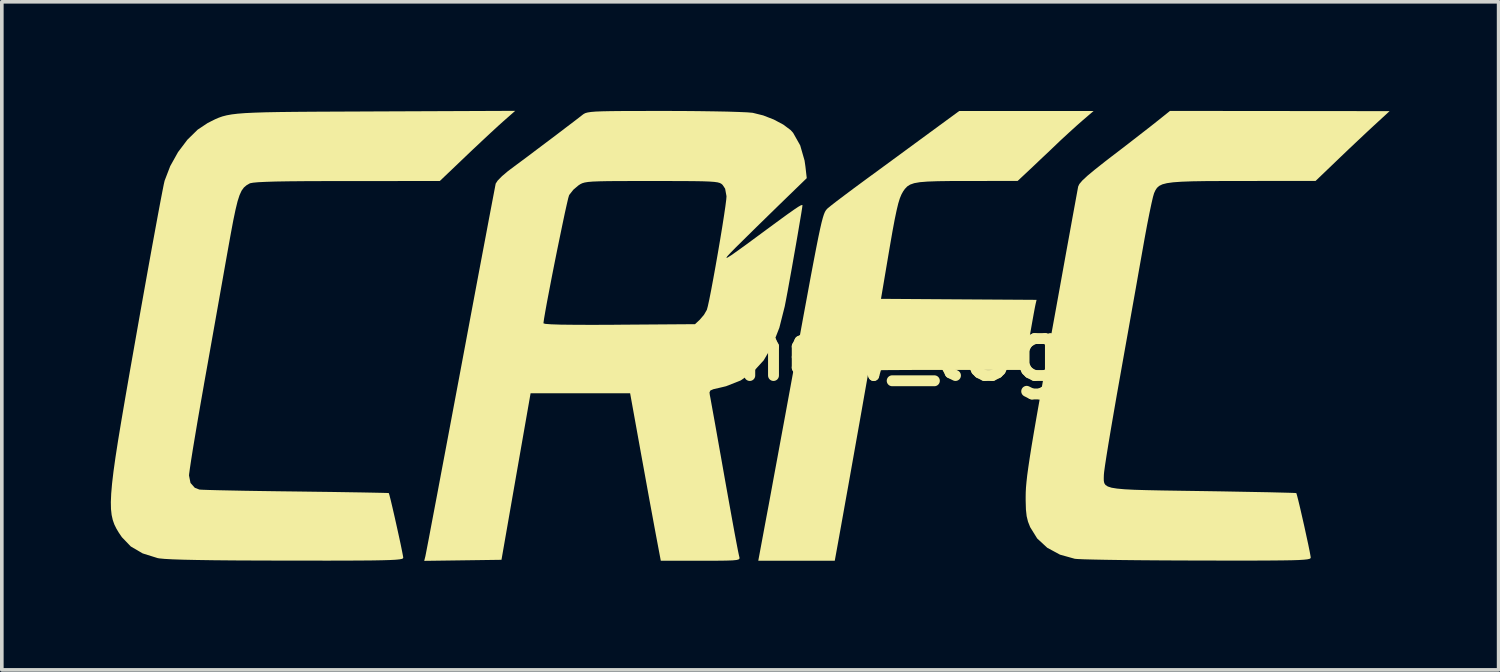
<source format=kicad_pcb>
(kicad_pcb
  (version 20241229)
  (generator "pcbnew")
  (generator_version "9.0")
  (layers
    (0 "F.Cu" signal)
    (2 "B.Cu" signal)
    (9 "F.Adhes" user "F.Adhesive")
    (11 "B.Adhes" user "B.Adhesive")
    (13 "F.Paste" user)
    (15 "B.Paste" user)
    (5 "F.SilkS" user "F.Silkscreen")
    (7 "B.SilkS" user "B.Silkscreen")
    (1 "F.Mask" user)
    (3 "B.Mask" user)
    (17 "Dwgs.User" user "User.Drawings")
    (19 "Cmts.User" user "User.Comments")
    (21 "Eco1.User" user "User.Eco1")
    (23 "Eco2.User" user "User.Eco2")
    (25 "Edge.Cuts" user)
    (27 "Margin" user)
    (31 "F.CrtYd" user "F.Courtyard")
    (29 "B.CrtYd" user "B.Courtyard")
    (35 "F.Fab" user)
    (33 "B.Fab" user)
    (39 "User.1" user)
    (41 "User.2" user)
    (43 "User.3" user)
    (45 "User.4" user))
  (footprint "new_logo"
    (layer "F.Cu")
    (at 22.407 6.593)
    (property "Reference" "new_logo" (at 0 0 0) (layer "F.SilkS") (effects (font (size 1.524 1.524) (thickness 0.3))))
    (attr board_only exclude_from_pos_files exclude_from_bom)
    (fp_poly (pts (xy 4.635 -6.589) (xy 4.341 -6.337) (xy 4.167 -6.184) (xy 3.952 -5.989) (xy 3.732 -5.786) (xy 3.644 -5.702) (xy 3.423 -5.491) (xy 3.181 -5.263) (xy 2.961 -5.054) (xy 2.894 -4.991) (xy 2.545 -4.664) (xy 1.163 -4.663) (xy 0.707 -4.662) (xy 0.346 -4.657) (xy 0.066 -4.647) (xy -0.145 -4.63) (xy -0.3 -4.603) (xy -0.412 -4.564) (xy -0.494 -4.512) (xy -0.558 -4.444) (xy -0.604 -4.379) (xy -0.651 -4.295) (xy -0.696 -4.187) (xy -0.74 -4.044) (xy -0.786 -3.852) (xy -0.839 -3.599) (xy -0.9 -3.272) (xy -0.972 -2.858) (xy -1.016 -2.599) (xy -1.215 -1.42) (xy 0.925 -1.406) (xy 3.066 -1.392) (xy 3.038 -1.272) (xy 3.019 -1.179) (xy 2.986 -1.002) (xy 2.943 -0.762) (xy 2.893 -0.48) (xy 2.863 -0.308) (xy 2.716 0.536) (xy 0.581 0.536) (xy 0.114 0.536) (xy -0.317 0.537) (xy -0.702 0.539) (xy -1.029 0.541) (xy -1.286 0.544) (xy -1.463 0.547) (xy -1.548 0.551) (xy -1.554 0.552) (xy -1.563 0.606) (xy -1.589 0.753) (xy -1.629 0.98) (xy -1.681 1.274) (xy -1.742 1.623) (xy -1.811 2.013) (xy -1.886 2.432) (xy -1.963 2.866) (xy -2.041 3.304) (xy -2.117 3.732) (xy -2.19 4.137) (xy -2.256 4.507) (xy -2.314 4.83) (xy -2.361 5.091) (xy -2.368 5.131) (xy -2.487 5.787) (xy -4.592 5.787) (xy -4.36 4.541) (xy -4.308 4.266) (xy -4.24 3.898) (xy -4.158 3.451) (xy -4.063 2.939) (xy -3.959 2.373) (xy -3.847 1.768) (xy -3.731 1.136) (xy -3.613 0.492) (xy -3.494 -0.153) (xy -3.478 -0.241) (xy -3.35 -0.939) (xy -3.239 -1.538) (xy -3.145 -2.048) (xy -3.064 -2.475) (xy -2.996 -2.828) (xy -2.939 -3.114) (xy -2.891 -3.341) (xy -2.851 -3.516) (xy -2.816 -3.648) (xy -2.786 -3.743) (xy -2.758 -3.811) (xy -2.73 -3.858) (xy -2.702 -3.891) (xy -2.681 -3.912) (xy -2.594 -3.983) (xy -2.436 -4.106) (xy -2.221 -4.268) (xy -1.966 -4.459) (xy -1.685 -4.666) (xy -1.601 -4.728) (xy -1.255 -4.981) (xy -0.873 -5.261) (xy -0.486 -5.545) (xy -0.126 -5.809) (xy 0.134 -6) (xy 0.938 -6.589)) (stroke (width 0) (type solid)) (fill yes) (layer "F.SilkS"))
    (fp_poly (pts (xy 9.759 -6.588) (xy 12.78 -6.585) (xy 12.361 -6.2) (xy 12.163 -6.016) (xy 11.916 -5.784) (xy 11.65 -5.533) (xy 11.393 -5.287) (xy 11.343 -5.239) (xy 10.744 -4.665) (xy 8.746 -4.663) (xy 8.188 -4.662) (xy 7.727 -4.66) (xy 7.353 -4.654) (xy 7.056 -4.643) (xy 6.827 -4.627) (xy 6.654 -4.603) (xy 6.529 -4.571) (xy 6.441 -4.528) (xy 6.38 -4.474) (xy 6.336 -4.407) (xy 6.3 -4.329) (xy 6.27 -4.227) (xy 6.226 -4.036) (xy 6.171 -3.775) (xy 6.109 -3.461) (xy 6.044 -3.111) (xy 6.01 -2.92) (xy 5.953 -2.598) (xy 5.88 -2.188) (xy 5.796 -1.71) (xy 5.702 -1.183) (xy 5.603 -0.625) (xy 5.501 -0.055) (xy 5.401 0.508) (xy 5.358 0.75) (xy 5.268 1.256) (xy 5.185 1.736) (xy 5.109 2.179) (xy 5.043 2.573) (xy 4.989 2.907) (xy 4.949 3.168) (xy 4.925 3.345) (xy 4.918 3.419) (xy 4.915 3.511) (xy 4.916 3.588) (xy 4.929 3.651) (xy 4.963 3.703) (xy 5.027 3.744) (xy 5.129 3.777) (xy 5.279 3.801) (xy 5.483 3.82) (xy 5.752 3.834) (xy 6.093 3.844) (xy 6.516 3.853) (xy 7.028 3.861) (xy 7.639 3.87) (xy 7.645 3.87) (xy 8.158 3.878) (xy 8.636 3.887) (xy 9.07 3.895) (xy 9.45 3.902) (xy 9.765 3.91) (xy 10.003 3.916) (xy 10.156 3.921) (xy 10.213 3.925) (xy 10.213 3.925) (xy 10.231 3.983) (xy 10.267 4.123) (xy 10.316 4.326) (xy 10.372 4.571) (xy 10.432 4.834) (xy 10.489 5.097) (xy 10.541 5.336) (xy 10.581 5.532) (xy 10.605 5.662) (xy 10.61 5.702) (xy 10.602 5.72) (xy 10.574 5.735) (xy 10.516 5.748) (xy 10.422 5.758) (xy 10.283 5.767) (xy 10.092 5.773) (xy 9.84 5.777) (xy 9.519 5.78) (xy 9.122 5.782) (xy 8.641 5.783) (xy 8.067 5.782) (xy 7.489 5.781) (xy 6.912 5.779) (xy 6.362 5.776) (xy 5.848 5.772) (xy 5.381 5.767) (xy 4.971 5.761) (xy 4.628 5.754) (xy 4.364 5.747) (xy 4.188 5.739) (xy 4.119 5.733) (xy 3.71 5.619) (xy 3.36 5.43) (xy 3.083 5.174) (xy 2.89 4.863) (xy 2.83 4.711) (xy 2.793 4.56) (xy 2.773 4.377) (xy 2.766 4.13) (xy 2.766 4.019) (xy 2.768 3.899) (xy 2.775 3.767) (xy 2.789 3.614) (xy 2.809 3.433) (xy 2.839 3.215) (xy 2.878 2.952) (xy 2.928 2.637) (xy 2.991 2.261) (xy 3.068 1.816) (xy 3.16 1.295) (xy 3.268 0.688) (xy 3.394 -0.01) (xy 3.474 -0.455) (xy 3.59 -1.092) (xy 3.7 -1.7) (xy 3.803 -2.271) (xy 3.898 -2.797) (xy 3.984 -3.268) (xy 4.058 -3.677) (xy 4.12 -4.014) (xy 4.167 -4.272) (xy 4.198 -4.441) (xy 4.211 -4.512) (xy 4.244 -4.58) (xy 4.324 -4.675) (xy 4.46 -4.802) (xy 4.662 -4.97) (xy 4.937 -5.188) (xy 5.134 -5.34) (xy 5.43 -5.566) (xy 5.721 -5.791) (xy 5.989 -5.999) (xy 6.213 -6.173) (xy 6.373 -6.3) (xy 6.383 -6.308) (xy 6.737 -6.591)) (stroke (width 0) (type solid)) (fill yes) (layer "F.SilkS"))
    (fp_poly (pts (xy -11.601 -6.311) (xy -11.748 -6.179) (xy -11.952 -5.991) (xy -12.192 -5.767) (xy -12.449 -5.526) (xy -12.639 -5.345) (xy -13.355 -4.662) (xy -15.908 -4.661) (xy -16.542 -4.66) (xy -17.077 -4.658) (xy -17.518 -4.654) (xy -17.874 -4.648) (xy -18.15 -4.639) (xy -18.354 -4.629) (xy -18.492 -4.616) (xy -18.573 -4.601) (xy -18.589 -4.594) (xy -18.675 -4.544) (xy -18.747 -4.482) (xy -18.809 -4.396) (xy -18.865 -4.274) (xy -18.92 -4.104) (xy -18.976 -3.874) (xy -19.039 -3.573) (xy -19.111 -3.188) (xy -19.184 -2.782) (xy -19.254 -2.39) (xy -19.338 -1.915) (xy -19.433 -1.379) (xy -19.535 -0.804) (xy -19.64 -0.213) (xy -19.744 0.372) (xy -19.844 0.93) (xy -19.85 0.968) (xy -19.936 1.456) (xy -20.016 1.917) (xy -20.087 2.339) (xy -20.149 2.711) (xy -20.198 3.02) (xy -20.233 3.254) (xy -20.253 3.402) (xy -20.256 3.442) (xy -20.215 3.646) (xy -20.096 3.78) (xy -19.971 3.828) (xy -19.895 3.833) (xy -19.723 3.839) (xy -19.466 3.846) (xy -19.134 3.853) (xy -18.74 3.861) (xy -18.295 3.868) (xy -17.808 3.875) (xy -17.313 3.881) (xy -16.802 3.888) (xy -16.325 3.894) (xy -15.892 3.901) (xy -15.514 3.907) (xy -15.201 3.913) (xy -14.964 3.918) (xy -14.813 3.922) (xy -14.758 3.925) (xy -14.741 3.982) (xy -14.705 4.122) (xy -14.657 4.325) (xy -14.601 4.568) (xy -14.542 4.832) (xy -14.484 5.095) (xy -14.432 5.335) (xy -14.392 5.532) (xy -14.367 5.663) (xy -14.361 5.706) (xy -14.371 5.723) (xy -14.404 5.737) (xy -14.469 5.749) (xy -14.573 5.759) (xy -14.724 5.767) (xy -14.931 5.773) (xy -15.199 5.778) (xy -15.538 5.781) (xy -15.955 5.783) (xy -16.458 5.784) (xy -17.054 5.783) (xy -17.59 5.783) (xy -18.349 5.781) (xy -19.007 5.778) (xy -19.567 5.773) (xy -20.034 5.766) (xy -20.413 5.758) (xy -20.709 5.748) (xy -20.927 5.736) (xy -21.072 5.722) (xy -21.119 5.714) (xy -21.531 5.585) (xy -21.858 5.394) (xy -22.102 5.14) (xy -22.112 5.126) (xy -22.19 5.011) (xy -22.256 4.9) (xy -22.311 4.788) (xy -22.354 4.666) (xy -22.385 4.527) (xy -22.403 4.365) (xy -22.407 4.171) (xy -22.397 3.938) (xy -22.373 3.66) (xy -22.334 3.329) (xy -22.279 2.938) (xy -22.208 2.48) (xy -22.12 1.948) (xy -22.015 1.333) (xy -21.893 0.63) (xy -21.752 -0.169) (xy -21.706 -0.429) (xy -21.592 -1.075) (xy -21.481 -1.696) (xy -21.376 -2.281) (xy -21.278 -2.823) (xy -21.188 -3.313) (xy -21.109 -3.742) (xy -21.042 -4.1) (xy -20.988 -4.38) (xy -20.95 -4.572) (xy -20.928 -4.668) (xy -20.928 -4.669) (xy -20.773 -5.072) (xy -20.559 -5.456) (xy -20.301 -5.798) (xy -20.017 -6.076) (xy -19.746 -6.256) (xy -19.636 -6.312) (xy -19.536 -6.362) (xy -19.438 -6.404) (xy -19.336 -6.44) (xy -19.219 -6.47) (xy -19.081 -6.495) (xy -18.914 -6.515) (xy -18.708 -6.531) (xy -18.456 -6.543) (xy -18.15 -6.553) (xy -17.782 -6.56) (xy -17.344 -6.565) (xy -16.827 -6.569) (xy -16.223 -6.572) (xy -15.525 -6.575) (xy -15.111 -6.577) (xy -11.28 -6.593)) (stroke (width 0) (type solid)) (fill yes) (layer "F.SilkS"))
    (fp_poly (pts (xy -6.7 -6.589) (xy -6.242 -6.585) (xy -5.818 -6.579) (xy -5.444 -6.572) (xy -5.134 -6.562) (xy -4.9 -6.552) (xy -4.757 -6.54) (xy -4.742 -6.538) (xy -4.455 -6.467) (xy -4.165 -6.354) (xy -3.904 -6.215) (xy -3.703 -6.065) (xy -3.633 -5.988) (xy -3.438 -5.642) (xy -3.318 -5.225) (xy -3.294 -5.058) (xy -3.258 -4.741) (xy -3.81 -4.206) (xy -4.055 -3.968) (xy -4.344 -3.686) (xy -4.647 -3.39) (xy -4.93 -3.111) (xy -5.008 -3.034) (xy -5.208 -2.837) (xy -5.354 -2.688) (xy -5.444 -2.591) (xy -5.472 -2.546) (xy -5.437 -2.556) (xy -5.332 -2.622) (xy -5.156 -2.746) (xy -4.903 -2.929) (xy -4.57 -3.174) (xy -4.367 -3.324) (xy -4.043 -3.562) (xy -3.796 -3.742) (xy -3.615 -3.87) (xy -3.492 -3.952) (xy -3.418 -3.994) (xy -3.382 -4.003) (xy -3.376 -3.993) (xy -3.385 -3.922) (xy -3.41 -3.763) (xy -3.449 -3.533) (xy -3.497 -3.249) (xy -3.552 -2.929) (xy -3.612 -2.59) (xy -3.672 -2.248) (xy -3.731 -1.923) (xy -3.784 -1.629) (xy -3.83 -1.386) (xy -3.863 -1.215) (xy -4.012 -0.625) (xy -4.205 -0.13) (xy -4.444 0.274) (xy -4.734 0.591) (xy -5.078 0.827) (xy -5.479 0.985) (xy -5.659 1.028) (xy -5.826 1.066) (xy -5.91 1.102) (xy -5.934 1.155) (xy -5.925 1.227) (xy -5.908 1.314) (xy -5.876 1.493) (xy -5.83 1.747) (xy -5.773 2.062) (xy -5.709 2.424) (xy -5.639 2.818) (xy -5.625 2.894) (xy -5.506 3.568) (xy -5.403 4.142) (xy -5.317 4.619) (xy -5.247 5.003) (xy -5.191 5.3) (xy -5.15 5.513) (xy -5.122 5.647) (xy -5.11 5.694) (xy -5.108 5.725) (xy -5.13 5.749) (xy -5.19 5.766) (xy -5.301 5.777) (xy -5.477 5.783) (xy -5.729 5.786) (xy -6.073 5.787) (xy -6.179 5.787) (xy -7.274 5.787) (xy -7.408 5.077) (xy -7.453 4.835) (xy -7.513 4.509) (xy -7.585 4.121) (xy -7.663 3.692) (xy -7.744 3.245) (xy -7.825 2.801) (xy -7.83 2.773) (xy -8.118 1.179) (xy -10.857 1.179) (xy -11.258 3.47) (xy -11.658 5.761) (xy -13.784 5.79) (xy -13.753 5.667) (xy -13.739 5.598) (xy -13.707 5.431) (xy -13.657 5.173) (xy -13.593 4.833) (xy -13.514 4.417) (xy -13.422 3.933) (xy -13.32 3.388) (xy -13.207 2.791) (xy -13.086 2.148) (xy -12.958 1.466) (xy -12.824 0.754) (xy -12.783 0.535) (xy -12.648 -0.184) (xy -12.543 -0.746) (xy -10.503 -0.746) (xy -10.45 -0.731) (xy -10.29 -0.719) (xy -10.025 -0.71) (xy -9.655 -0.706) (xy -9.182 -0.704) (xy -8.607 -0.706) (xy -8.417 -0.708) (xy -6.332 -0.723) (xy -6.198 -0.849) (xy -6.085 -0.982) (xy -6.007 -1.117) (xy -5.98 -1.216) (xy -5.939 -1.404) (xy -5.888 -1.662) (xy -5.83 -1.973) (xy -5.767 -2.32) (xy -5.703 -2.684) (xy -5.641 -3.048) (xy -5.584 -3.394) (xy -5.535 -3.706) (xy -5.497 -3.964) (xy -5.473 -4.152) (xy -5.466 -4.243) (xy -5.504 -4.451) (xy -5.573 -4.555) (xy -5.606 -4.584) (xy -5.648 -4.607) (xy -5.711 -4.625) (xy -5.805 -4.638) (xy -5.943 -4.648) (xy -6.135 -4.655) (xy -6.392 -4.659) (xy -6.726 -4.661) (xy -7.147 -4.662) (xy -7.521 -4.662) (xy -8.014 -4.662) (xy -8.41 -4.661) (xy -8.723 -4.659) (xy -8.964 -4.654) (xy -9.144 -4.647) (xy -9.275 -4.636) (xy -9.368 -4.621) (xy -9.436 -4.601) (xy -9.489 -4.575) (xy -9.539 -4.542) (xy -9.544 -4.539) (xy -9.682 -4.421) (xy -9.787 -4.287) (xy -9.799 -4.266) (xy -9.822 -4.187) (xy -9.861 -4.02) (xy -9.915 -3.778) (xy -9.978 -3.478) (xy -10.049 -3.136) (xy -10.125 -2.767) (xy -10.201 -2.388) (xy -10.275 -2.013) (xy -10.343 -1.658) (xy -10.404 -1.34) (xy -10.452 -1.074) (xy -10.486 -0.876) (xy -10.502 -0.761) (xy -10.503 -0.746) (xy -12.543 -0.746) (xy -12.519 -0.875) (xy -12.396 -1.53) (xy -12.281 -2.142) (xy -12.175 -2.703) (xy -12.08 -3.205) (xy -11.998 -3.642) (xy -11.929 -4.005) (xy -11.875 -4.288) (xy -11.838 -4.482) (xy -11.819 -4.581) (xy -11.817 -4.591) (xy -11.762 -4.675) (xy -11.642 -4.797) (xy -11.479 -4.935) (xy -11.427 -4.974) (xy -11.222 -5.127) (xy -10.974 -5.311) (xy -10.702 -5.516) (xy -10.42 -5.728) (xy -10.145 -5.935) (xy -9.893 -6.127) (xy -9.678 -6.29) (xy -9.519 -6.412) (xy -9.431 -6.481) (xy -9.394 -6.508) (xy -9.349 -6.531) (xy -9.287 -6.548) (xy -9.196 -6.562) (xy -9.066 -6.573) (xy -8.887 -6.58) (xy -8.648 -6.585) (xy -8.339 -6.588) (xy -7.949 -6.589) (xy -7.467 -6.59) (xy -7.181 -6.59)) (stroke (width 0) (type solid)) (fill yes) (layer "F.SilkS")))
  (gr_rect
    (start -3 -3)
    (end 38.187 15.383)
    (stroke (width 0.1) (type default))
    (fill no)
    (layer "Edge.Cuts")))
</source>
